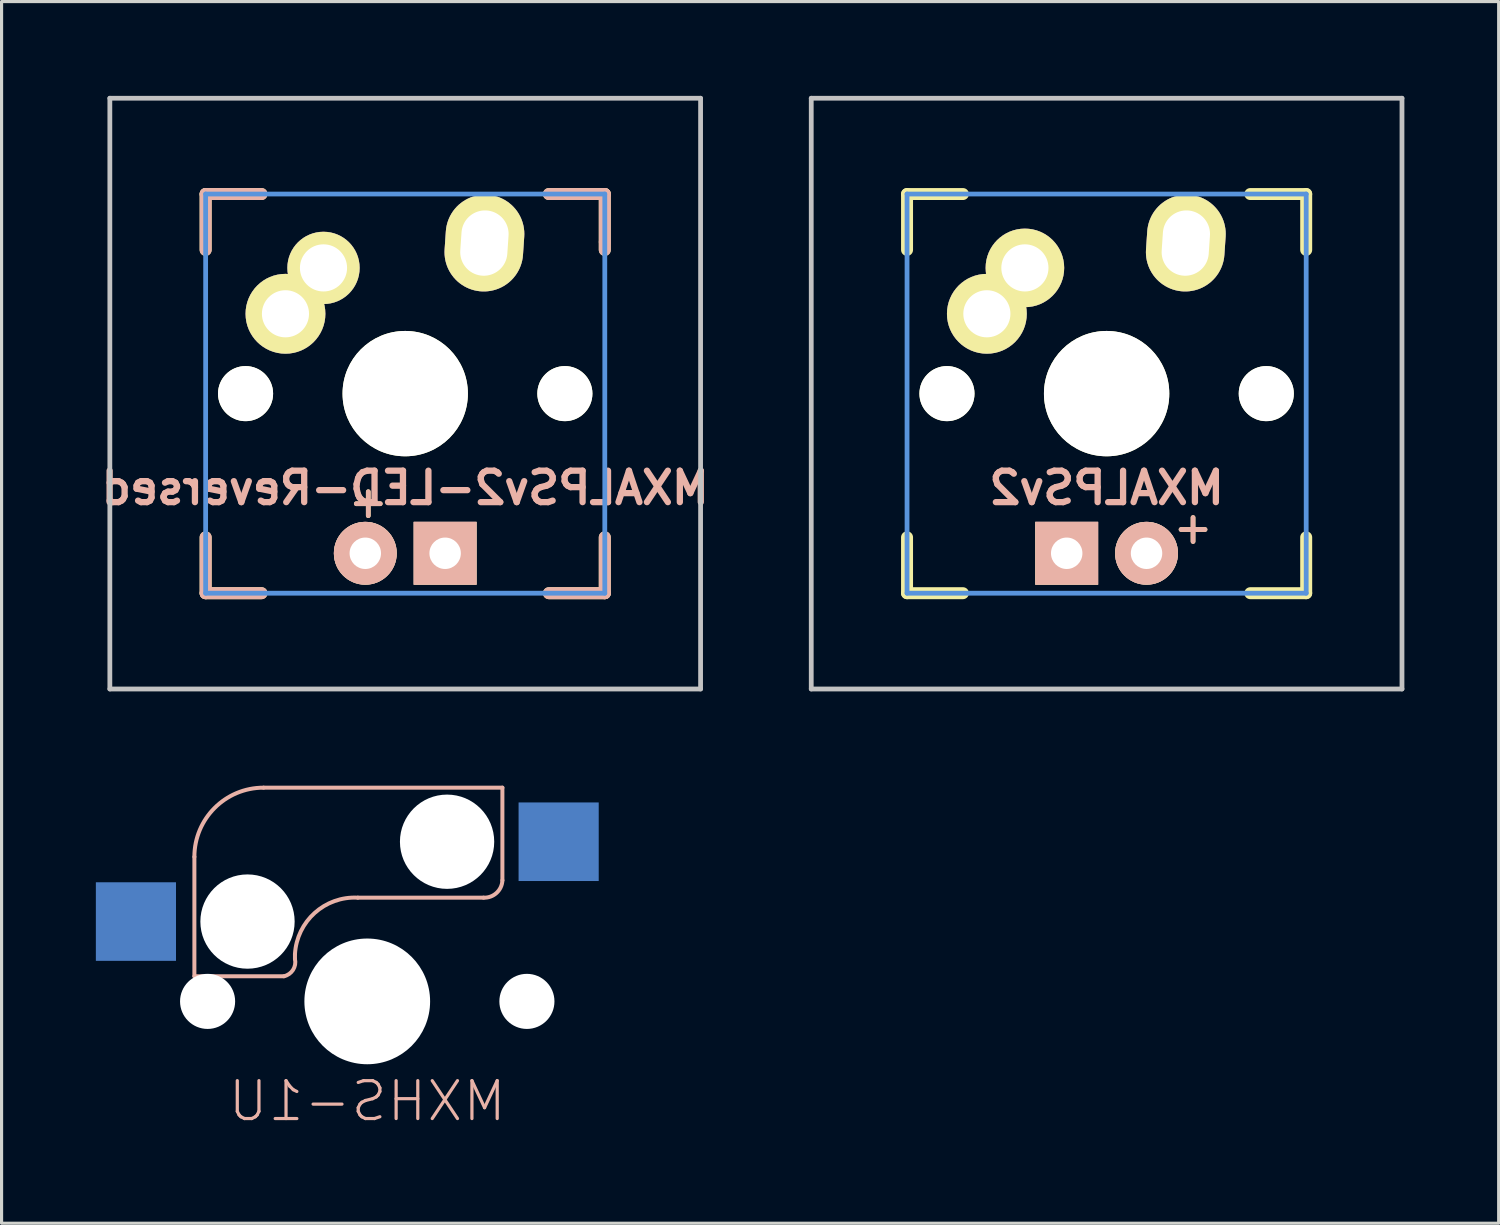
<source format=kicad_pcb>
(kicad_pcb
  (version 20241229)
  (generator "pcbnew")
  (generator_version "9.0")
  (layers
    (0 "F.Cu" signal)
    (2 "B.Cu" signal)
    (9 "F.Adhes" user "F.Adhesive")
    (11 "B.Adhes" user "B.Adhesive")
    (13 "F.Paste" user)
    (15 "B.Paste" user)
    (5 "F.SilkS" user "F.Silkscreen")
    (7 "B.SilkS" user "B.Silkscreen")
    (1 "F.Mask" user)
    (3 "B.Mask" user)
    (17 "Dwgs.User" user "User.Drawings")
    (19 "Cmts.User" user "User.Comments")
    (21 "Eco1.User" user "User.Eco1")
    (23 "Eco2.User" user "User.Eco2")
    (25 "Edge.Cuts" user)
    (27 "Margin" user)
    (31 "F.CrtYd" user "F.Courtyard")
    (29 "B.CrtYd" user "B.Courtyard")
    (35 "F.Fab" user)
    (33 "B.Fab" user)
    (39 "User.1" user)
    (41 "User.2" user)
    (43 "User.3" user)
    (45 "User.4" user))
  (footprint "MXHS-1U"
    (layer "F.Cu")
    (at 8.635 28.812)
    (property "Reference" "MXHS-1U" (at 0 3.175 0) (layer "B.SilkS") (effects (font (size 1.206 1.206) (thickness 0.102)) (justify mirror)))
    (attr through_hole)
    (fp_line (start -5.5 -0.8) (end -5.5 -4.6) (stroke (width 0.127) (type solid)) (layer "B.SilkS"))
    (fp_line (start -3.3 -6.8) (end 4.3 -6.8) (stroke (width 0.127) (type solid)) (layer "B.SilkS"))
    (fp_line (start -2.65 -0.8) (end -5.5 -0.8) (stroke (width 0.127) (type solid)) (layer "B.SilkS"))
    (fp_line (start -2.3 -1.5) (end -2.3 -1.35) (stroke (width 0.127) (type solid)) (layer "B.SilkS"))
    (fp_line (start 3.7 -3.3) (end -0.3 -3.3) (stroke (width 0.127) (type solid)) (layer "B.SilkS"))
    (fp_line (start 4.3 -6.8) (end 4.3 -3.85) (stroke (width 0.127) (type solid)) (layer "B.SilkS"))
    (fp_arc (start -5.5 -4.6) (mid -4.855635 -6.155635) (end -3.3 -6.8) (stroke (width 0.127) (type solid)) (layer "B.SilkS"))
    (fp_arc (start -2.3 -1.35) (mid -2.361091 -1.002513) (end -2.65 -0.8) (stroke (width 0.127) (type solid)) (layer "B.SilkS"))
    (fp_arc (start -2.299999 -1.499999) (mid -1.672792 -2.814213) (end -0.3 -3.3) (stroke (width 0.127) (type solid)) (layer "B.SilkS"))
    (fp_arc (start 4.3 -3.85) (mid 4.113909 -3.450736) (end 3.7 -3.3) (stroke (width 0.127) (type solid)) (layer "B.SilkS"))
    (pad "" np_thru_hole circle (at -5.08 0) (size 1.753 1.753) (drill 1.753) (layers "*.Cu"))
    (pad "" np_thru_hole circle (at -3.81 -2.54) (size 3 3) (drill 3) (layers "*.Cu"))
    (pad "" np_thru_hole circle (at 0 0) (size 4 4) (drill 4) (layers "*.Cu"))
    (pad "" np_thru_hole circle (at 2.54 -5.08) (size 3 3) (drill 3) (layers "*.Cu"))
    (pad "" np_thru_hole circle (at 5.08 0) (size 1.753 1.753) (drill 1.753) (layers "*.Cu"))
    (pad "MX1" smd rect (at -7.36 -2.54) (size 2.55 2.5) (layers "B.Cu" "B.Mask" "B.Paste"))
    (pad "MX2" smd rect (at 6.09 -5.08) (size 2.55 2.5) (layers "B.Cu" "B.Mask" "B.Paste")))
  (footprint "MXALPSv2-LED-Reversed"
    (layer "F.Cu")
    (at 9.843 9.474)
    (property "Reference" "MXALPSv2-LED-Reversed" (at 0 3 0) (layer "B.SilkS") (effects (font (size 1 1) (thickness 0.2)) (justify mirror)))
    (attr through_hole)
    (fp_line (start -6.35 -6.35) (end -4.572 -6.35) (stroke (width 0.381) (type solid)) (layer "F.SilkS"))
    (fp_line (start -6.35 -4.572) (end -6.35 -6.35) (stroke (width 0.381) (type solid)) (layer "F.SilkS"))
    (fp_line (start -6.35 6.35) (end -6.35 4.572) (stroke (width 0.381) (type solid)) (layer "F.SilkS"))
    (fp_line (start -4.572 6.35) (end -6.35 6.35) (stroke (width 0.381) (type solid)) (layer "F.SilkS"))
    (fp_line (start 4.572 -6.35) (end 6.35 -6.35) (stroke (width 0.381) (type solid)) (layer "F.SilkS"))
    (fp_line (start 6.35 -6.35) (end 6.35 -4.572) (stroke (width 0.381) (type solid)) (layer "F.SilkS"))
    (fp_line (start 6.35 4.572) (end 6.35 6.35) (stroke (width 0.381) (type solid)) (layer "F.SilkS"))
    (fp_line (start 6.35 6.35) (end 4.572 6.35) (stroke (width 0.381) (type solid)) (layer "F.SilkS"))
    (fp_line (start -6.35 -6.35) (end -4.572 -6.35) (stroke (width 0.381) (type solid)) (layer "B.SilkS"))
    (fp_line (start -6.35 -4.572) (end -6.35 -6.35) (stroke (width 0.381) (type solid)) (layer "B.SilkS"))
    (fp_line (start -6.35 4.572) (end -6.35 6.35) (stroke (width 0.381) (type solid)) (layer "B.SilkS"))
    (fp_line (start -6.35 6.35) (end -4.572 6.35) (stroke (width 0.381) (type solid)) (layer "B.SilkS"))
    (fp_line (start 4.572 -6.35) (end 6.35 -6.35) (stroke (width 0.381) (type solid)) (layer "B.SilkS"))
    (fp_line (start 4.572 6.35) (end 6.35 6.35) (stroke (width 0.381) (type solid)) (layer "B.SilkS"))
    (fp_line (start 6.35 -6.35) (end 6.35 -4.826) (stroke (width 0.381) (type solid)) (layer "B.SilkS"))
    (fp_line (start 6.35 -4.826) (end 6.35 -4.572) (stroke (width 0.381) (type solid)) (layer "B.SilkS"))
    (fp_line (start 6.35 6.35) (end 6.35 4.572) (stroke (width 0.381) (type solid)) (layer "B.SilkS"))
    (fp_line (start -9.398 -9.398) (end 9.398 -9.398) (stroke (width 0.152) (type solid)) (layer "Dwgs.User"))
    (fp_line (start -9.398 9.398) (end -9.398 -9.398) (stroke (width 0.152) (type solid)) (layer "Dwgs.User"))
    (fp_line (start 9.398 -9.398) (end 9.398 9.398) (stroke (width 0.152) (type solid)) (layer "Dwgs.User"))
    (fp_line (start 9.398 9.398) (end -9.398 9.398) (stroke (width 0.152) (type solid)) (layer "Dwgs.User"))
    (fp_line (start -6.35 -6.35) (end 6.35 -6.35) (stroke (width 0.152) (type solid)) (layer "Cmts.User"))
    (fp_line (start -6.35 6.35) (end -6.35 -6.35) (stroke (width 0.152) (type solid)) (layer "Cmts.User"))
    (fp_line (start 6.35 -6.35) (end 6.35 6.35) (stroke (width 0.152) (type solid)) (layer "Cmts.User"))
    (fp_line (start 6.35 6.35) (end -6.35 6.35) (stroke (width 0.152) (type solid)) (layer "Cmts.User"))
    (fp_line (start -7.75 -6.4) (end -6.985 -6.4) (stroke (width 0.152) (type solid)) (layer "Eco2.User"))
    (fp_line (start -7.75 6.4) (end -7.75 -6.4) (stroke (width 0.152) (type solid)) (layer "Eco2.User"))
    (fp_line (start -7.75 6.4) (end -6.985 6.4) (stroke (width 0.152) (type solid)) (layer "Eco2.User"))
    (fp_line (start -6.985 -6.985) (end 6.985 -6.985) (stroke (width 0.152) (type solid)) (layer "Eco2.User"))
    (fp_line (start -6.985 -6.4) (end -6.985 -6.985) (stroke (width 0.152) (type solid)) (layer "Eco2.User"))
    (fp_line (start -6.985 6.4) (end -6.985 6.985) (stroke (width 0.152) (type solid)) (layer "Eco2.User"))
    (fp_line (start 6.985 -6.4) (end 6.985 -6.985) (stroke (width 0.152) (type solid)) (layer "Eco2.User"))
    (fp_line (start 6.985 6.4) (end 7.75 6.4) (stroke (width 0.152) (type solid)) (layer "Eco2.User"))
    (fp_line (start 6.985 6.985) (end -6.985 6.985) (stroke (width 0.152) (type solid)) (layer "Eco2.User"))
    (fp_line (start 6.985 6.985) (end 6.985 6.4) (stroke (width 0.152) (type solid)) (layer "Eco2.User"))
    (fp_line (start 7.75 -6.4) (end 6.985 -6.4) (stroke (width 0.152) (type solid)) (layer "Eco2.User"))
    (fp_line (start 7.75 6.4) (end 7.75 -6.4) (stroke (width 0.152) (type solid)) (layer "Eco2.User"))
    (fp_text user "+" (at -1.175 3.429 0) (layer "F.SilkS") (effects (font (size 1 1) (thickness 0.15))))
    (fp_text user "+" (at -1.175 3.429 0) (layer "B.SilkS") (effects (font (size 1 1) (thickness 0.15)) (justify mirror)))
    (pad "" np_thru_hole circle (at -5.08 0) (size 1.753 1.753) (drill 1.753) (layers "*.Cu" "*.Mask" "F.SilkS"))
    (pad "" np_thru_hole circle (at 0 0) (size 3.988 3.988) (drill 3.988) (layers "*.Cu" "*.Mask" "F.SilkS"))
    (pad "" np_thru_hole circle (at 5.08 0) (size 1.753 1.753) (drill 1.753) (layers "*.Cu" "*.Mask" "F.SilkS"))
    (pad "A" thru_hole circle (at -1.27 5.08) (size 2 2) (drill 1) (layers "*.Cu" "*.SilkS" "*.Mask"))
    (pad "K" thru_hole rect (at 1.27 5.08) (size 2 2) (drill 1) (layers "*.Cu" "*.SilkS" "*.Mask"))
    (pad "SW1" thru_hole circle (at -3.81 -2.54) (size 2.54 2.54) (drill 1.499) (layers "*.Cu" "*.Mask" "F.SilkS"))
    (pad "SW1" thru_hole circle (at -2.6 -4) (size 2.3 2.3) (drill 1.5) (layers "*.Cu" "*.Mask" "F.SilkS"))
    (pad "SW2" thru_hole oval (at 2.52 -4.79 356.1) (size 2.5 3.08) (drill oval 1.5 2.08) (layers "*.Cu" "*.Mask" "F.SilkS")))
  (footprint "MXALPSv2"
    (layer "F.Cu")
    (at 32.16 9.474)
    (property "Reference" "MXALPSv2" (at 0 3 180) (layer "B.SilkS") (effects (font (size 1 1) (thickness 0.2)) (justify mirror)))
    (attr through_hole)
    (fp_line (start -6.35 -6.35) (end -4.572 -6.35) (stroke (width 0.381) (type solid)) (layer "F.SilkS"))
    (fp_line (start -6.35 -4.572) (end -6.35 -6.35) (stroke (width 0.381) (type solid)) (layer "F.SilkS"))
    (fp_line (start -6.35 6.35) (end -6.35 4.572) (stroke (width 0.381) (type solid)) (layer "F.SilkS"))
    (fp_line (start -4.572 6.35) (end -6.35 6.35) (stroke (width 0.381) (type solid)) (layer "F.SilkS"))
    (fp_line (start 4.572 -6.35) (end 6.35 -6.35) (stroke (width 0.381) (type solid)) (layer "F.SilkS"))
    (fp_line (start 6.35 -6.35) (end 6.35 -4.572) (stroke (width 0.381) (type solid)) (layer "F.SilkS"))
    (fp_line (start 6.35 4.572) (end 6.35 6.35) (stroke (width 0.381) (type solid)) (layer "F.SilkS"))
    (fp_line (start 6.35 6.35) (end 4.572 6.35) (stroke (width 0.381) (type solid)) (layer "F.SilkS"))
    (fp_line (start -9.398 -9.398) (end 9.398 -9.398) (stroke (width 0.152) (type solid)) (layer "Dwgs.User"))
    (fp_line (start -9.398 9.398) (end -9.398 -9.398) (stroke (width 0.152) (type solid)) (layer "Dwgs.User"))
    (fp_line (start 9.398 -9.398) (end 9.398 9.398) (stroke (width 0.152) (type solid)) (layer "Dwgs.User"))
    (fp_line (start 9.398 9.398) (end -9.398 9.398) (stroke (width 0.152) (type solid)) (layer "Dwgs.User"))
    (fp_line (start -6.35 -6.35) (end 6.35 -6.35) (stroke (width 0.152) (type solid)) (layer "Cmts.User"))
    (fp_line (start -6.35 6.35) (end -6.35 -6.35) (stroke (width 0.152) (type solid)) (layer "Cmts.User"))
    (fp_line (start 6.35 -6.35) (end 6.35 6.35) (stroke (width 0.152) (type solid)) (layer "Cmts.User"))
    (fp_line (start 6.35 6.35) (end -6.35 6.35) (stroke (width 0.152) (type solid)) (layer "Cmts.User"))
    (fp_line (start -7.75 -6.4) (end -6.985 -6.4) (stroke (width 0.152) (type solid)) (layer "Eco2.User"))
    (fp_line (start -7.75 6.4) (end -7.75 -6.4) (stroke (width 0.152) (type solid)) (layer "Eco2.User"))
    (fp_line (start -7.75 6.4) (end -6.985 6.4) (stroke (width 0.152) (type solid)) (layer "Eco2.User"))
    (fp_line (start -6.985 -6.985) (end 6.985 -6.985) (stroke (width 0.152) (type solid)) (layer "Eco2.User"))
    (fp_line (start -6.985 -6.4) (end -6.985 -6.985) (stroke (width 0.152) (type solid)) (layer "Eco2.User"))
    (fp_line (start -6.985 6.4) (end -6.985 6.985) (stroke (width 0.152) (type solid)) (layer "Eco2.User"))
    (fp_line (start 6.985 -6.4) (end 6.985 -6.985) (stroke (width 0.152) (type solid)) (layer "Eco2.User"))
    (fp_line (start 6.985 6.4) (end 7.75 6.4) (stroke (width 0.152) (type solid)) (layer "Eco2.User"))
    (fp_line (start 6.985 6.985) (end -6.985 6.985) (stroke (width 0.152) (type solid)) (layer "Eco2.User"))
    (fp_line (start 6.985 6.985) (end 6.985 6.4) (stroke (width 0.152) (type solid)) (layer "Eco2.User"))
    (fp_line (start 7.75 -6.4) (end 6.985 -6.4) (stroke (width 0.152) (type solid)) (layer "Eco2.User"))
    (fp_line (start 7.75 6.4) (end 7.75 -6.4) (stroke (width 0.152) (type solid)) (layer "Eco2.User"))
    (fp_text user "+" (at 2.75 4.25 180) (layer "F.SilkS") (effects (font (size 1 1) (thickness 0.15))))
    (fp_text user "+" (at 2.75 4.25 180) (layer "B.SilkS") (effects (font (size 1 1) (thickness 0.15)) (justify mirror)))
    (pad "" np_thru_hole circle (at -5.08 0 180) (size 1.753 1.753) (drill 1.753) (layers "*.Cu" "*.Mask" "F.SilkS"))
    (pad "" np_thru_hole circle (at 0 0 180) (size 3.988 3.988) (drill 3.988) (layers "*.Cu" "*.Mask" "F.SilkS"))
    (pad "" np_thru_hole circle (at 5.08 0 180) (size 1.753 1.753) (drill 1.753) (layers "*.Cu" "*.Mask" "F.SilkS"))
    (pad "A" thru_hole circle (at 1.27 5.08 180) (size 2 2) (drill 1) (layers "*.Cu" "*.SilkS" "*.Mask"))
    (pad "K" thru_hole rect (at -1.27 5.08 180) (size 2 2) (drill 1) (layers "*.Cu" "*.SilkS" "*.Mask"))
    (pad "SW1" thru_hole circle (at -3.81 -2.54 180) (size 2.54 2.54) (drill 1.499) (layers "*.Cu" "*.Mask" "F.SilkS"))
    (pad "SW1" thru_hole circle (at -2.6 -4 180) (size 2.5 2.5) (drill 1.5) (layers "*.Cu" "*.Mask" "F.SilkS"))
    (pad "SW2" thru_hole oval (at 2.52 -4.79 176.1) (size 2.5 3.08) (drill oval 1.5 2.08) (layers "*.Cu" "*.Mask" "F.SilkS")))
  (gr_rect
    (start -3 -3)
    (end 44.634 35.871)
    (stroke (width 0.1) (type default))
    (fill no)
    (layer "Edge.Cuts")))
</source>
